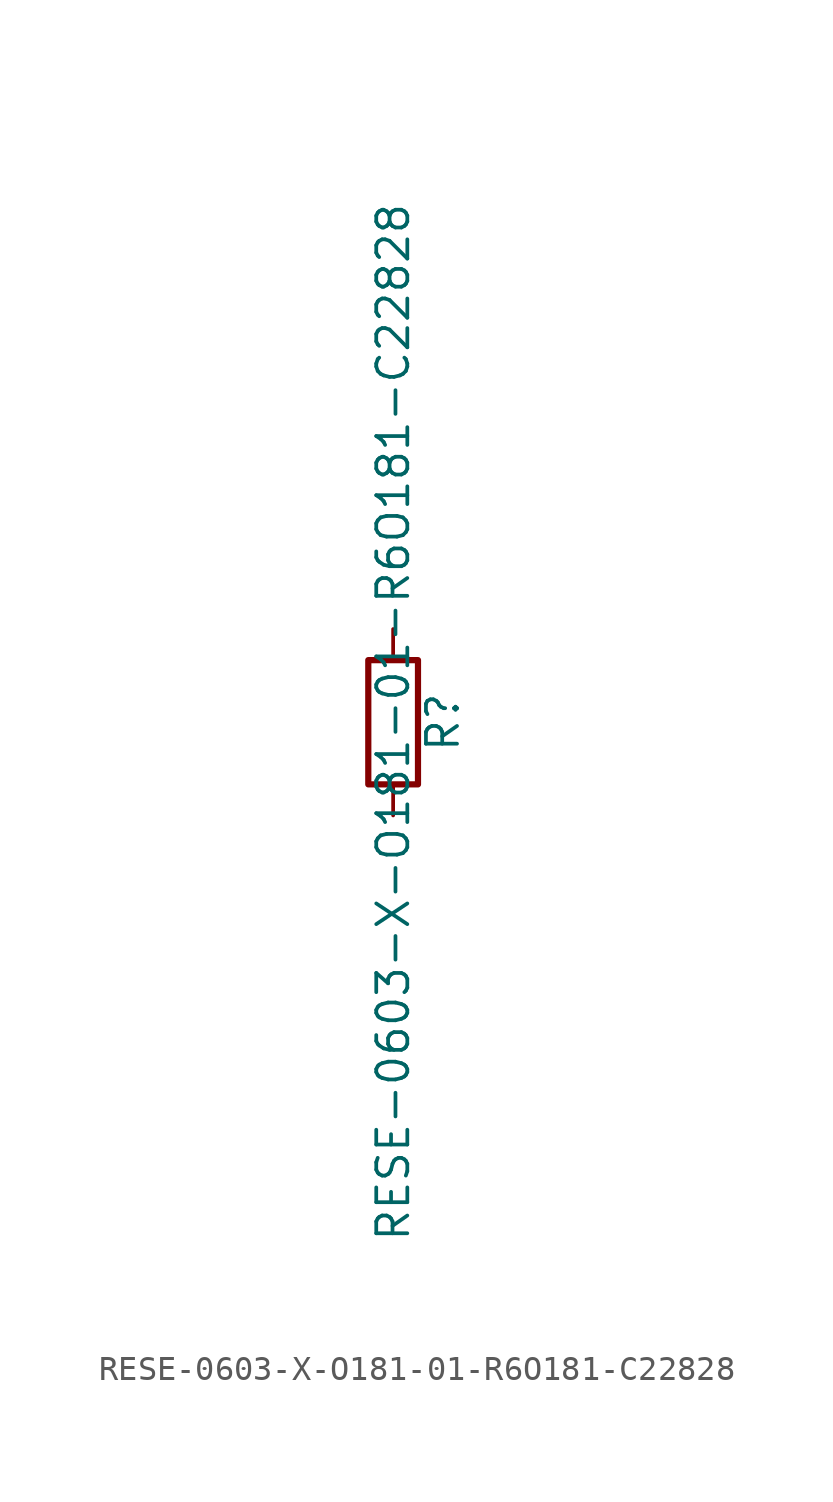
<source format=kicad_sym>
(kicad_symbol_lib
  (version 20211014)
  (generator kicad_symbol_editor)
  (symbol "RESE-0603-X-O181-01-R6O181-C22828"
    (pin_numbers hide)
    (pin_names
      (offset 0))
    (property "Reference" "R"
      (at 2.032 0 90)
      (effects (font (size 1.27 1.27))))
    (property "Value" "RESE-0603-X-O181-01-R6O181-C22828"
      (at 0 0 90)
      (effects (font (size 1.27 1.27))))
    (symbol "RESE-0603-X-O181-01-R6O181-C22828_0_1"
      (rectangle (start -1.016 -2.54) (end 1.016 2.54) (stroke (width 0.254) (type default) (color 0 0 0 0)) (fill (type none))))
    (symbol "RESE-0603-X-O181-01-R6O181-C22828_1_1"
      (pin passive line (at 0 3.81 270) (length 1.27) (name "~" (effects (font (size 1.27 1.27)))) (number "1" (effects (font (size 1.27 1.27)))))
      (pin passive line (at 0 -3.81 90) (length 1.27) (name "~" (effects (font (size 1.27 1.27)))) (number "2" (effects (font (size 1.27 1.27))))))))
</source>
